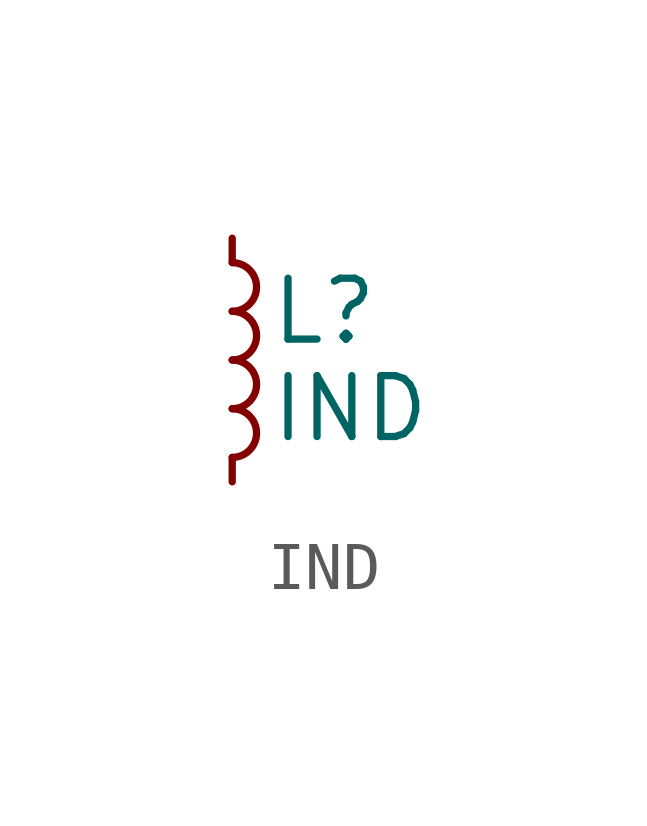
<source format=kicad_sym>
(kicad_symbol_lib
  (version 20241209)
  (generator "kicad_symbol_editor")
  (generator_version "9.0")
  (symbol "IND"
    (pin_numbers
      (hide yes))
    (pin_names
      (offset 0.254)
      (hide yes))
    (property "Reference" "L"
      (at 0.762 1.016 0)
      (effects (font (size 1.27 1.27)) (justify left)))
    (property "Value" "IND"
      (at 0.762 -1.016 0)
      (effects (font (size 1.27 1.27)) (justify left)))
    (symbol "IND_0_1"
      (arc (start 0 2.032) (mid 0.5058 1.524) (end 0 1.016) (stroke (width 0) (type default)) (fill (type none)))
      (arc (start 0 1.016) (mid 0.5058 0.508) (end 0 0) (stroke (width 0) (type default)) (fill (type none)))
      (arc (start 0 0) (mid 0.5058 -0.508) (end 0 -1.016) (stroke (width 0) (type default)) (fill (type none)))
      (arc (start 0 -1.016) (mid 0.5058 -1.524) (end 0 -2.032) (stroke (width 0) (type default)) (fill (type none))))
    (symbol "IND_1_1"
      (pin passive line (at 0 2.54 270) (length 0.508) (name "~" (effects (font (size 1.27 1.27)))) (number "1" (effects (font (size 1.27 1.27)))))
      (pin passive line (at 0 -2.54 90) (length 0.508) (name "~" (effects (font (size 1.27 1.27)))) (number "2" (effects (font (size 1.27 1.27))))))))
</source>
